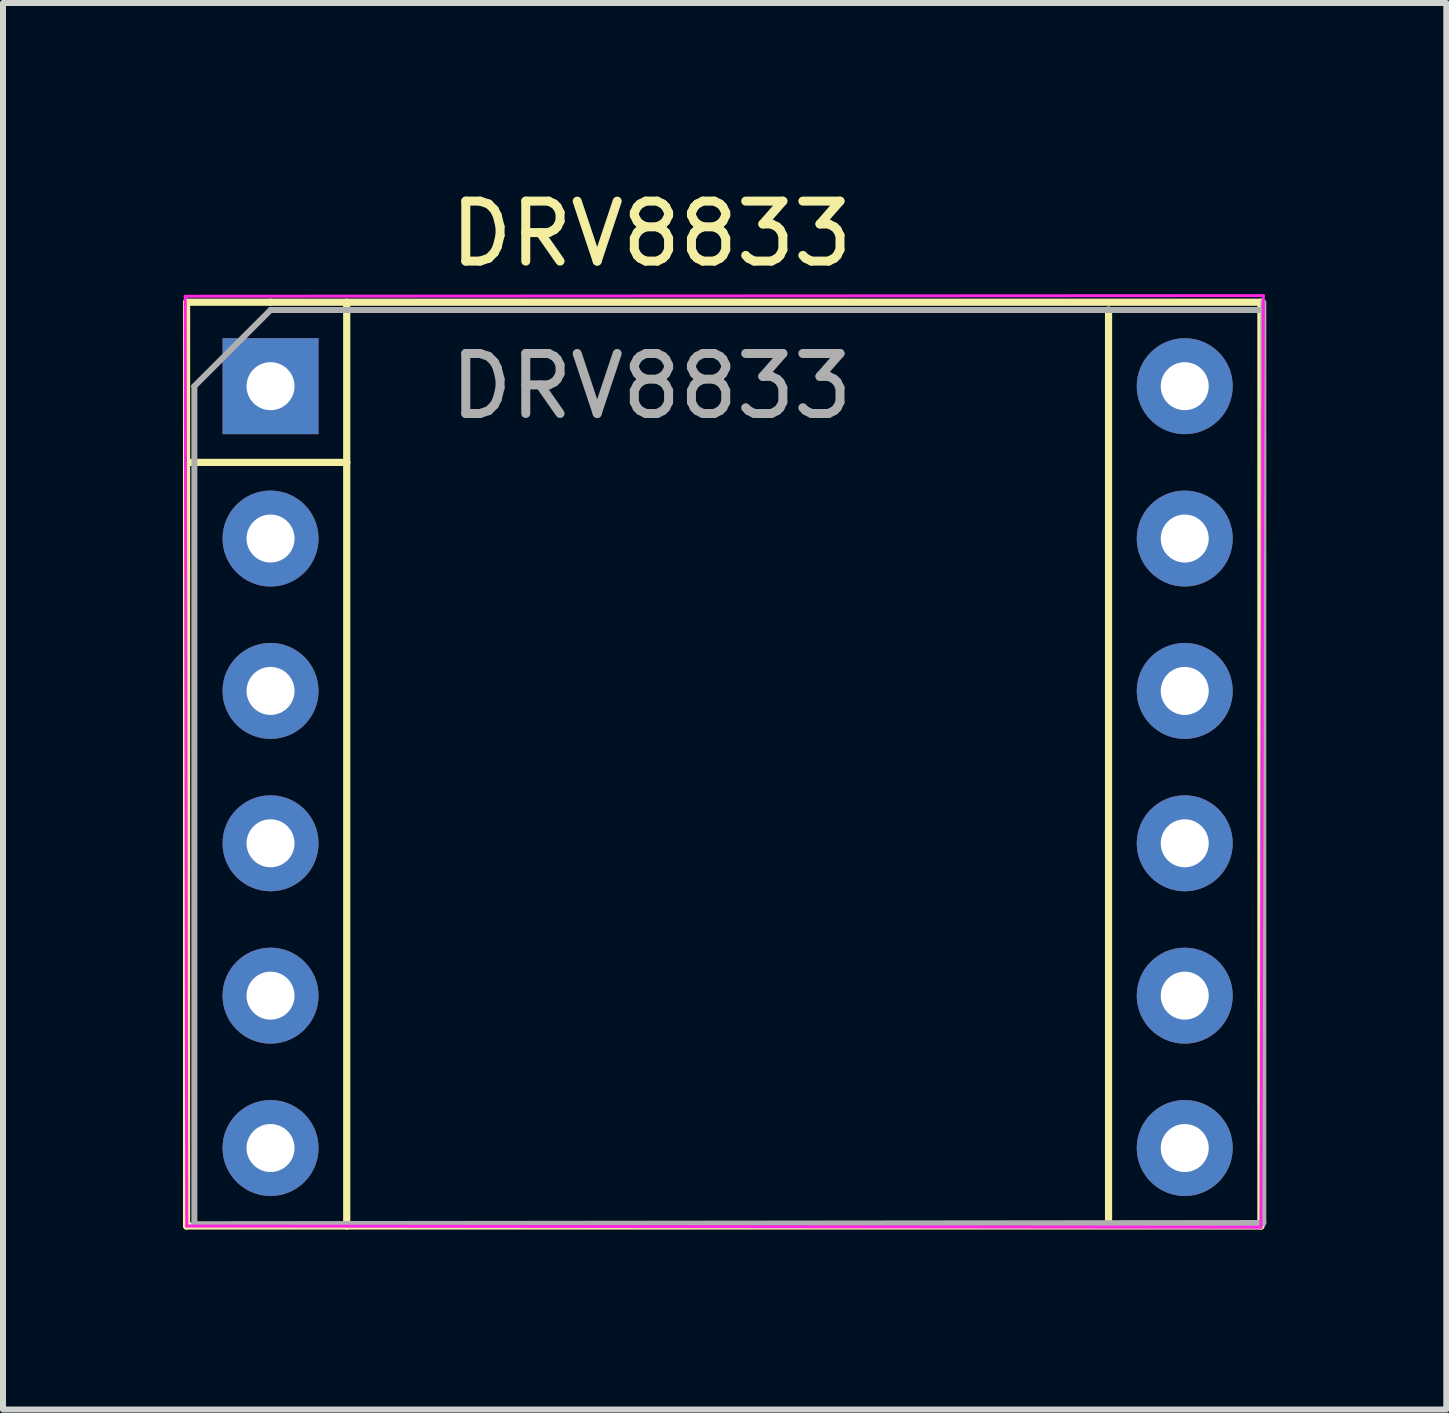
<source format=kicad_pcb>
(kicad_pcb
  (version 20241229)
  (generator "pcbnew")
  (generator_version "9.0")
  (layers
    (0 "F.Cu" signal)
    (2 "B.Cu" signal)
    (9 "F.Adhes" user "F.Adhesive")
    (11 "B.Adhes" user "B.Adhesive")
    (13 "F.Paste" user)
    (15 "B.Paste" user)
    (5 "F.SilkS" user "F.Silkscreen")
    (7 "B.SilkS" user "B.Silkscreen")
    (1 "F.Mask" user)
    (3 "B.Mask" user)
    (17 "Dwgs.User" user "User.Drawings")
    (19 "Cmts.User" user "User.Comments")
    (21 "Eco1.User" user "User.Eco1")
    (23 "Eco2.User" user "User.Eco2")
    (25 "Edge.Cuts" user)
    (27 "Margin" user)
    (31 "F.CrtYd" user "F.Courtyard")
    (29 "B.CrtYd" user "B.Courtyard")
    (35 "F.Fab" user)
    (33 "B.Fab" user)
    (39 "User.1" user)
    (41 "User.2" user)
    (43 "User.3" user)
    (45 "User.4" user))
  (footprint "DRV8833"
    (layer "F.Cu")
    (at 1.46 3.388)
    (property "Reference" "DRV8833" (at 6.35 -2.54 0) (layer "F.SilkS") (effects (font (size 1 1) (thickness 0.15))))
    (attr through_hole)
    (fp_line (start -1.4 -1.4) (end -1.4 0) (stroke (width 0.12) (type solid)) (layer "F.SilkS"))
    (fp_line (start -1.4 0) (end -1.4 14) (stroke (width 0.12) (type solid)) (layer "F.SilkS"))
    (fp_line (start -1.4 14) (end 16.51 14) (stroke (width 0.12) (type solid)) (layer "F.SilkS"))
    (fp_line (start 0 -1.4) (end -1.4 -1.4) (stroke (width 0.12) (type solid)) (layer "F.SilkS"))
    (fp_line (start 1.27 -1.4) (end 1.27 1.27) (stroke (width 0.12) (type solid)) (layer "F.SilkS"))
    (fp_line (start 1.27 1.27) (end -1.4 1.27) (stroke (width 0.12) (type solid)) (layer "F.SilkS"))
    (fp_line (start 1.27 1.27) (end 1.27 14) (stroke (width 0.12) (type solid)) (layer "F.SilkS"))
    (fp_line (start 13.97 -1.27) (end 13.97 13.97) (stroke (width 0.12) (type solid)) (layer "F.SilkS"))
    (fp_line (start 16.51 -1.4) (end 0 -1.4) (stroke (width 0.12) (type solid)) (layer "F.SilkS"))
    (fp_line (start 16.51 14) (end 16.51 -1.4) (stroke (width 0.12) (type solid)) (layer "F.SilkS"))
    (fp_line (start -1.422 -1.499) (end -1.397 14) (stroke (width 0.05) (type solid)) (layer "F.CrtYd"))
    (fp_line (start -1.422 -1.499) (end 16.55 -1.51) (stroke (width 0.05) (type solid)) (layer "F.CrtYd"))
    (fp_line (start 16.51 14.021) (end -1.397 14) (stroke (width 0.05) (type solid)) (layer "F.CrtYd"))
    (fp_line (start 16.51 14.021) (end 16.55 -1.51) (stroke (width 0.05) (type solid)) (layer "F.CrtYd"))
    (fp_line (start -1.27 0) (end 0 -1.27) (stroke (width 0.1) (type solid)) (layer "F.Fab"))
    (fp_line (start -1.27 13.97) (end -1.27 0) (stroke (width 0.1) (type solid)) (layer "F.Fab"))
    (fp_line (start 0 -1.27) (end 16.5 -1.27) (stroke (width 0.1) (type solid)) (layer "F.Fab"))
    (fp_line (start 16.55 -1.4) (end 16.55 13.95) (stroke (width 0.1) (type solid)) (layer "F.Fab"))
    (fp_line (start 16.55 13.95) (end -1.27 13.97) (stroke (width 0.1) (type solid)) (layer "F.Fab"))
    (fp_text user "${REFERENCE}" (at 6.35 0 0) (layer "F.Fab") (effects (font (size 1 1) (thickness 0.15))))
    (pad "1" thru_hole rect (at 0 0) (size 1.6 1.6) (drill 0.8) (layers "*.Cu" "*.Mask"))
    (pad "2" thru_hole oval (at 0 2.54) (size 1.6 1.6) (drill 0.8) (layers "*.Cu" "*.Mask"))
    (pad "3" thru_hole oval (at 0 5.08) (size 1.6 1.6) (drill 0.8) (layers "*.Cu" "*.Mask"))
    (pad "4" thru_hole oval (at 0 7.62) (size 1.6 1.6) (drill 0.8) (layers "*.Cu" "*.Mask"))
    (pad "5" thru_hole oval (at 0 10.16) (size 1.6 1.6) (drill 0.8) (layers "*.Cu" "*.Mask"))
    (pad "6" thru_hole oval (at 0 12.7) (size 1.6 1.6) (drill 0.8) (layers "*.Cu" "*.Mask"))
    (pad "7" thru_hole oval (at 15.24 12.7) (size 1.6 1.6) (drill 0.8) (layers "*.Cu" "*.Mask"))
    (pad "8" thru_hole oval (at 15.24 10.16) (size 1.6 1.6) (drill 0.8) (layers "*.Cu" "*.Mask"))
    (pad "9" thru_hole oval (at 15.24 7.62) (size 1.6 1.6) (drill 0.8) (layers "*.Cu" "*.Mask"))
    (pad "10" thru_hole oval (at 15.24 5.08) (size 1.6 1.6) (drill 0.8) (layers "*.Cu" "*.Mask"))
    (pad "11" thru_hole oval (at 15.24 2.54) (size 1.6 1.6) (drill 0.8) (layers "*.Cu" "*.Mask"))
    (pad "12" thru_hole oval (at 15.24 0) (size 1.6 1.6) (drill 0.8) (layers "*.Cu" "*.Mask")))
  (gr_rect
    (start -3 -3)
    (end 21.06 20.448)
    (stroke (width 0.1) (type default))
    (fill no)
    (layer "Edge.Cuts")))
</source>
